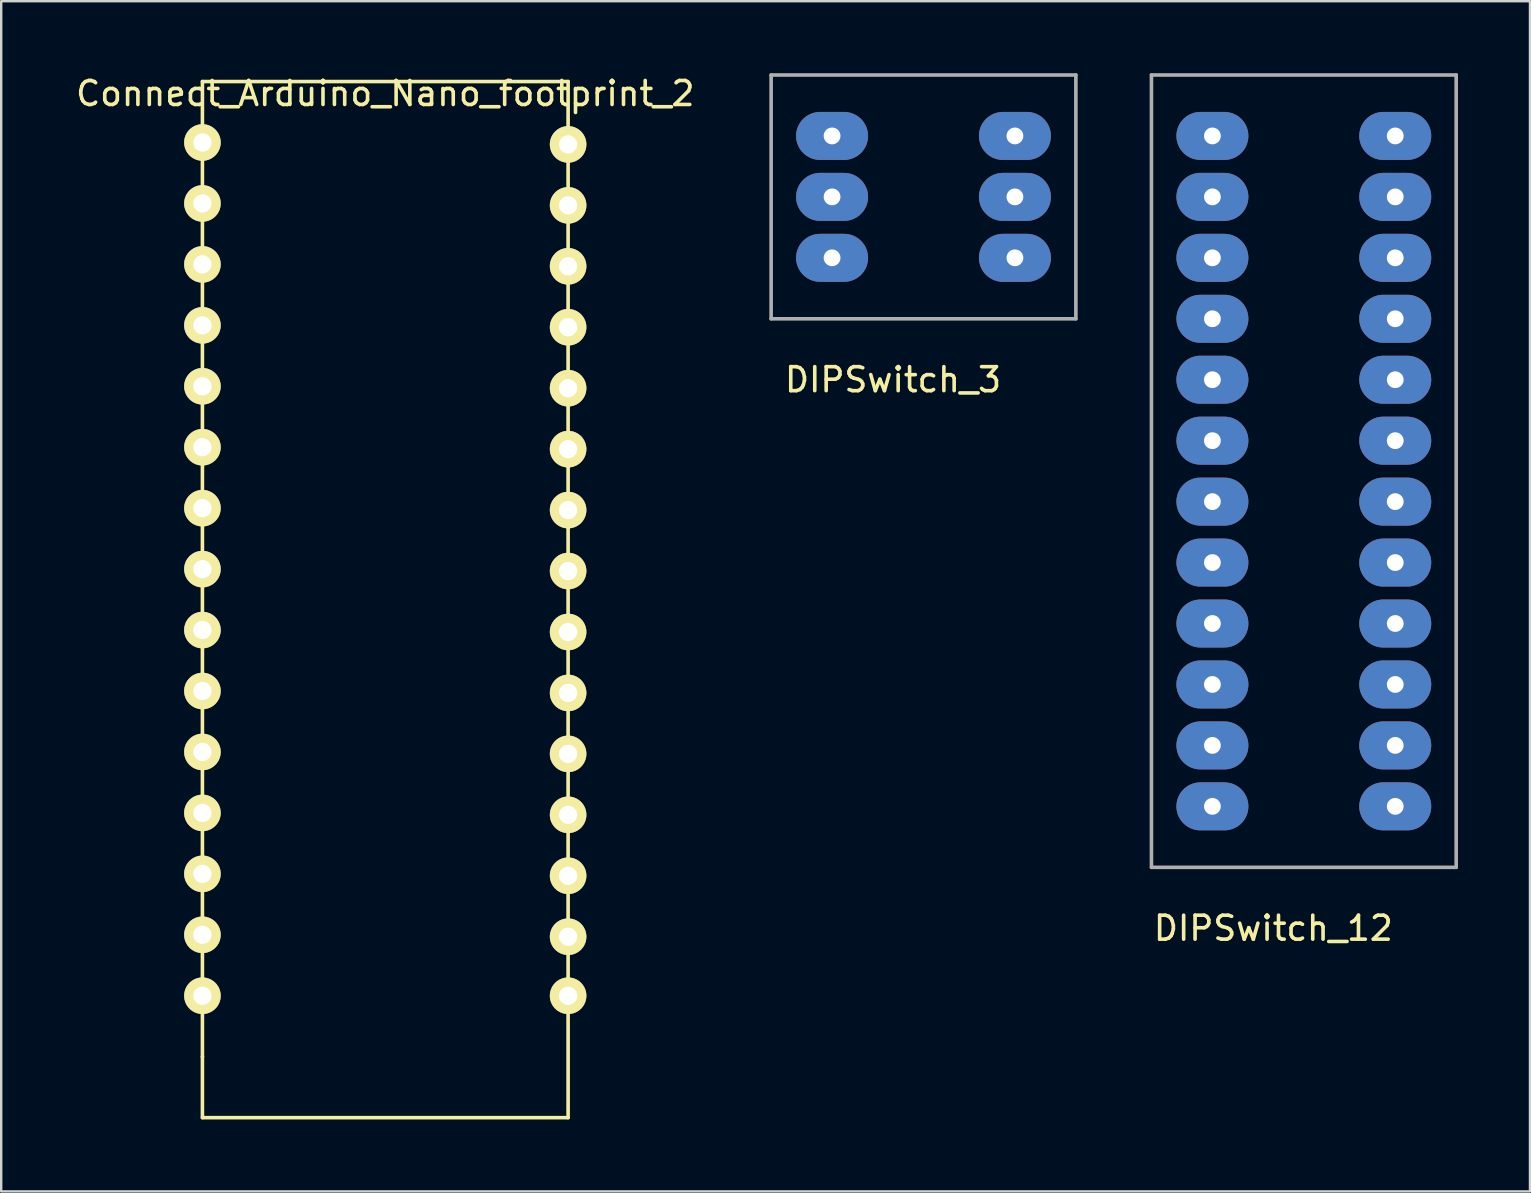
<source format=kicad_pcb>
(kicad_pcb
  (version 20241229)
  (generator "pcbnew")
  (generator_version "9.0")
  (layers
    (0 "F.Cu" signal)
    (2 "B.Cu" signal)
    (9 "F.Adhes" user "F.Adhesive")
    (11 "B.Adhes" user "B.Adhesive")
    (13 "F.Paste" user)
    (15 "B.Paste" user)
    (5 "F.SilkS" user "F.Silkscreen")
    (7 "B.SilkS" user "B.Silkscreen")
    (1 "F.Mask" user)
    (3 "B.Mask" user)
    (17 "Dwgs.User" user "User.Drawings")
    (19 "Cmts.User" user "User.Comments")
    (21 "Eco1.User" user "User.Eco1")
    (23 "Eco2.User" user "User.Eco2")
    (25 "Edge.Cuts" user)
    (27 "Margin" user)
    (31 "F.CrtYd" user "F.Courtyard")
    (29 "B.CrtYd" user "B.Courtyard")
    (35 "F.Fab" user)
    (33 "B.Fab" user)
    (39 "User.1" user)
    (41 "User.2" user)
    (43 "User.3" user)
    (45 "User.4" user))
  (footprint "DIPSwitch_3"
    (layer "F.Cu")
    (at 31.627 2.615)
    (property "Reference" "DIPSwitch_3" (at 2.54 10.16 0) (layer "F.SilkS") (effects (font (size 1 1) (thickness 0.15))))
    (attr through_hole)
    (fp_line (start -2.54 -2.54) (end 10.16 -2.54) (stroke (width 0.15) (type solid)) (layer "F.Fab"))
    (fp_line (start -2.54 7.62) (end -2.54 -2.54) (stroke (width 0.15) (type solid)) (layer "F.Fab"))
    (fp_line (start 10.16 -2.54) (end 10.16 7.62) (stroke (width 0.15) (type solid)) (layer "F.Fab"))
    (fp_line (start 10.16 7.62) (end -2.54 7.62) (stroke (width 0.15) (type solid)) (layer "F.Fab"))
    (pad "1" thru_hole oval (at 0 0) (size 3 2) (drill 0.7) (layers "*.Cu" "*.Mask"))
    (pad "2" thru_hole oval (at 0 2.54) (size 3 2) (drill 0.7) (layers "*.Cu" "*.Mask"))
    (pad "3" thru_hole oval (at 0 5.08) (size 3 2) (drill 0.7) (layers "*.Cu" "*.Mask"))
    (pad "4" thru_hole oval (at 7.62 5.08) (size 3 2) (drill 0.7) (layers "*.Cu" "*.Mask"))
    (pad "5" thru_hole oval (at 7.62 2.54) (size 3 2) (drill 0.7) (layers "*.Cu" "*.Mask"))
    (pad "6" thru_hole oval (at 7.62 0) (size 3 2) (drill 0.7) (layers "*.Cu" "*.Mask")))
  (footprint "DIPSwitch_12"
    (layer "F.Cu")
    (at 47.477 2.615)
    (property "Reference" "DIPSwitch_12" (at 2.54 33.02 0) (layer "F.SilkS") (effects (font (size 1 1) (thickness 0.15))))
    (attr through_hole)
    (fp_line (start -2.54 -2.54) (end -2.54 30.48) (stroke (width 0.15) (type solid)) (layer "F.Fab"))
    (fp_line (start -2.54 -2.54) (end 10.16 -2.54) (stroke (width 0.15) (type solid)) (layer "F.Fab"))
    (fp_line (start -2.54 30.48) (end 10.16 30.48) (stroke (width 0.15) (type solid)) (layer "F.Fab"))
    (fp_line (start 10.16 30.48) (end 10.16 -2.54) (stroke (width 0.15) (type solid)) (layer "F.Fab"))
    (pad "1" thru_hole oval (at 0 0) (size 3 2) (drill 0.7) (layers "*.Cu" "*.Mask"))
    (pad "2" thru_hole oval (at 0 2.54) (size 3 2) (drill 0.7) (layers "*.Cu" "*.Mask"))
    (pad "3" thru_hole oval (at 0 5.08) (size 3 2) (drill 0.7) (layers "*.Cu" "*.Mask"))
    (pad "4" thru_hole oval (at 0 7.62) (size 3 2) (drill 0.7) (layers "*.Cu" "*.Mask"))
    (pad "5" thru_hole oval (at 0 10.16) (size 3 2) (drill 0.7) (layers "*.Cu" "*.Mask"))
    (pad "6" thru_hole oval (at 0 12.7) (size 3 2) (drill 0.7) (layers "*.Cu" "*.Mask"))
    (pad "7" thru_hole oval (at 0 15.24) (size 3 2) (drill 0.7) (layers "*.Cu" "*.Mask"))
    (pad "8" thru_hole oval (at 0 17.78) (size 3 2) (drill 0.7) (layers "*.Cu" "*.Mask"))
    (pad "9" thru_hole oval (at 0 20.32) (size 3 2) (drill 0.7) (layers "*.Cu" "*.Mask"))
    (pad "10" thru_hole oval (at 0 22.86) (size 3 2) (drill 0.7) (layers "*.Cu" "*.Mask"))
    (pad "11" thru_hole oval (at 0 25.4) (size 3 2) (drill 0.7) (layers "*.Cu" "*.Mask"))
    (pad "12" thru_hole oval (at 0 27.94) (size 3 2) (drill 0.7) (layers "*.Cu" "*.Mask"))
    (pad "13" thru_hole oval (at 7.62 27.94) (size 3 2) (drill 0.7) (layers "*.Cu" "*.Mask"))
    (pad "14" thru_hole oval (at 7.62 25.4) (size 3 2) (drill 0.7) (layers "*.Cu" "*.Mask"))
    (pad "15" thru_hole oval (at 7.62 22.86) (size 3 2) (drill 0.7) (layers "*.Cu" "*.Mask"))
    (pad "16" thru_hole oval (at 7.62 20.32) (size 3 2) (drill 0.7) (layers "*.Cu" "*.Mask"))
    (pad "17" thru_hole oval (at 7.62 17.78) (size 3 2) (drill 0.7) (layers "*.Cu" "*.Mask"))
    (pad "18" thru_hole oval (at 7.62 15.24) (size 3 2) (drill 0.7) (layers "*.Cu" "*.Mask"))
    (pad "19" thru_hole oval (at 7.62 12.7) (size 3 2) (drill 0.7) (layers "*.Cu" "*.Mask"))
    (pad "20" thru_hole oval (at 7.62 10.16) (size 3 2) (drill 0.7) (layers "*.Cu" "*.Mask"))
    (pad "21" thru_hole oval (at 7.62 7.62) (size 3 2) (drill 0.7) (layers "*.Cu" "*.Mask"))
    (pad "22" thru_hole oval (at 7.62 5.08) (size 3 2) (drill 0.7) (layers "*.Cu" "*.Mask"))
    (pad "23" thru_hole oval (at 7.62 2.54) (size 3 2) (drill 0.7) (layers "*.Cu" "*.Mask"))
    (pad "24" thru_hole oval (at 7.62 0) (size 3 2) (drill 0.7) (layers "*.Cu" "*.Mask")))
  (footprint "Connect_Arduino_Nano_footprint_2"
    (layer "F.Cu")
    (at 13.006 0.348)
    (property "Reference" "Connect_Arduino_Nano_footprint_2" (at 0 0.5 0) (layer "F.SilkS") (effects (font (size 1 1) (thickness 0.15))))
    (attr through_hole)
    (fp_line (start -7.62 0) (end 7.62 0) (stroke (width 0.15) (type solid)) (layer "F.SilkS"))
    (fp_line (start -7.62 40.64) (end -7.62 0) (stroke (width 0.15) (type solid)) (layer "F.SilkS"))
    (fp_line (start -7.62 43.18) (end -7.62 40.64) (stroke (width 0.15) (type solid)) (layer "F.SilkS"))
    (fp_line (start 7.62 0) (end 7.62 43.18) (stroke (width 0.15) (type solid)) (layer "F.SilkS"))
    (fp_line (start 7.62 43.18) (end -7.62 43.18) (stroke (width 0.15) (type solid)) (layer "F.SilkS"))
    (pad "1" thru_hole circle (at -7.62 2.54) (size 1.524 1.524) (drill 0.762) (layers "*.Cu" "*.Mask" "F.SilkS"))
    (pad "2" thru_hole circle (at -7.62 5.08) (size 1.524 1.524) (drill 0.762) (layers "*.Cu" "*.Mask" "F.SilkS"))
    (pad "3" thru_hole circle (at -7.62 7.62) (size 1.524 1.524) (drill 0.762) (layers "*.Cu" "*.Mask" "F.SilkS"))
    (pad "4" thru_hole circle (at -7.62 10.16) (size 1.524 1.524) (drill 0.762) (layers "*.Cu" "*.Mask" "F.SilkS"))
    (pad "5" thru_hole circle (at -7.62 12.7) (size 1.524 1.524) (drill 0.762) (layers "*.Cu" "*.Mask" "F.SilkS"))
    (pad "6" thru_hole circle (at -7.62 15.24) (size 1.524 1.524) (drill 0.762) (layers "*.Cu" "*.Mask" "F.SilkS"))
    (pad "7" thru_hole circle (at -7.62 17.78) (size 1.524 1.524) (drill 0.762) (layers "*.Cu" "*.Mask" "F.SilkS"))
    (pad "8" thru_hole circle (at -7.62 20.32) (size 1.524 1.524) (drill 0.762) (layers "*.Cu" "*.Mask" "F.SilkS"))
    (pad "9" thru_hole circle (at -7.62 22.86) (size 1.524 1.524) (drill 0.762) (layers "*.Cu" "*.Mask" "F.SilkS"))
    (pad "10" thru_hole circle (at -7.62 25.4) (size 1.524 1.524) (drill 0.762) (layers "*.Cu" "*.Mask" "F.SilkS"))
    (pad "11" thru_hole circle (at -7.62 27.94) (size 1.524 1.524) (drill 0.762) (layers "*.Cu" "*.Mask" "F.SilkS"))
    (pad "12" thru_hole circle (at -7.62 30.48) (size 1.524 1.524) (drill 0.762) (layers "*.Cu" "*.Mask" "F.SilkS"))
    (pad "13" thru_hole circle (at -7.62 33.02) (size 1.524 1.524) (drill 0.762) (layers "*.Cu" "*.Mask" "F.SilkS"))
    (pad "14" thru_hole circle (at -7.62 35.56) (size 1.524 1.524) (drill 0.762) (layers "*.Cu" "*.Mask" "F.SilkS"))
    (pad "15" thru_hole circle (at -7.62 38.1) (size 1.524 1.524) (drill 0.762) (layers "*.Cu" "*.Mask" "F.SilkS"))
    (pad "16" thru_hole circle (at 7.62 38.1) (size 1.524 1.524) (drill 0.762) (layers "*.Cu" "*.Mask" "F.SilkS"))
    (pad "17" thru_hole circle (at 7.62 35.64) (size 1.524 1.524) (drill 0.762) (layers "*.Cu" "*.Mask" "F.SilkS"))
    (pad "18" thru_hole circle (at 7.62 33.1) (size 1.524 1.524) (drill 0.762) (layers "*.Cu" "*.Mask" "F.SilkS"))
    (pad "19" thru_hole circle (at 7.62 30.56) (size 1.524 1.524) (drill 0.762) (layers "*.Cu" "*.Mask" "F.SilkS"))
    (pad "20" thru_hole circle (at 7.62 28.02) (size 1.524 1.524) (drill 0.762) (layers "*.Cu" "*.Mask" "F.SilkS"))
    (pad "21" thru_hole circle (at 7.62 25.48) (size 1.524 1.524) (drill 0.762) (layers "*.Cu" "*.Mask" "F.SilkS"))
    (pad "22" thru_hole circle (at 7.62 22.94) (size 1.524 1.524) (drill 0.762) (layers "*.Cu" "*.Mask" "F.SilkS"))
    (pad "23" thru_hole circle (at 7.62 20.4) (size 1.524 1.524) (drill 0.762) (layers "*.Cu" "*.Mask" "F.SilkS"))
    (pad "24" thru_hole circle (at 7.62 17.86) (size 1.524 1.524) (drill 0.762) (layers "*.Cu" "*.Mask" "F.SilkS"))
    (pad "25" thru_hole circle (at 7.62 15.32) (size 1.524 1.524) (drill 0.762) (layers "*.Cu" "*.Mask" "F.SilkS"))
    (pad "26" thru_hole circle (at 7.62 12.78) (size 1.524 1.524) (drill 0.762) (layers "*.Cu" "*.Mask" "F.SilkS"))
    (pad "27" thru_hole circle (at 7.62 10.24) (size 1.524 1.524) (drill 0.762) (layers "*.Cu" "*.Mask" "F.SilkS"))
    (pad "28" thru_hole circle (at 7.62 7.7) (size 1.524 1.524) (drill 0.762) (layers "*.Cu" "*.Mask" "F.SilkS"))
    (pad "29" thru_hole circle (at 7.62 5.16) (size 1.524 1.524) (drill 0.762) (layers "*.Cu" "*.Mask" "F.SilkS"))
    (pad "30" thru_hole circle (at 7.62 2.62) (size 1.524 1.524) (drill 0.762) (layers "*.Cu" "*.Mask" "F.SilkS")))
  (gr_rect
    (start -3 -3)
    (end 60.712 46.603)
    (stroke (width 0.1) (type default))
    (fill no)
    (layer "Edge.Cuts")))
</source>
